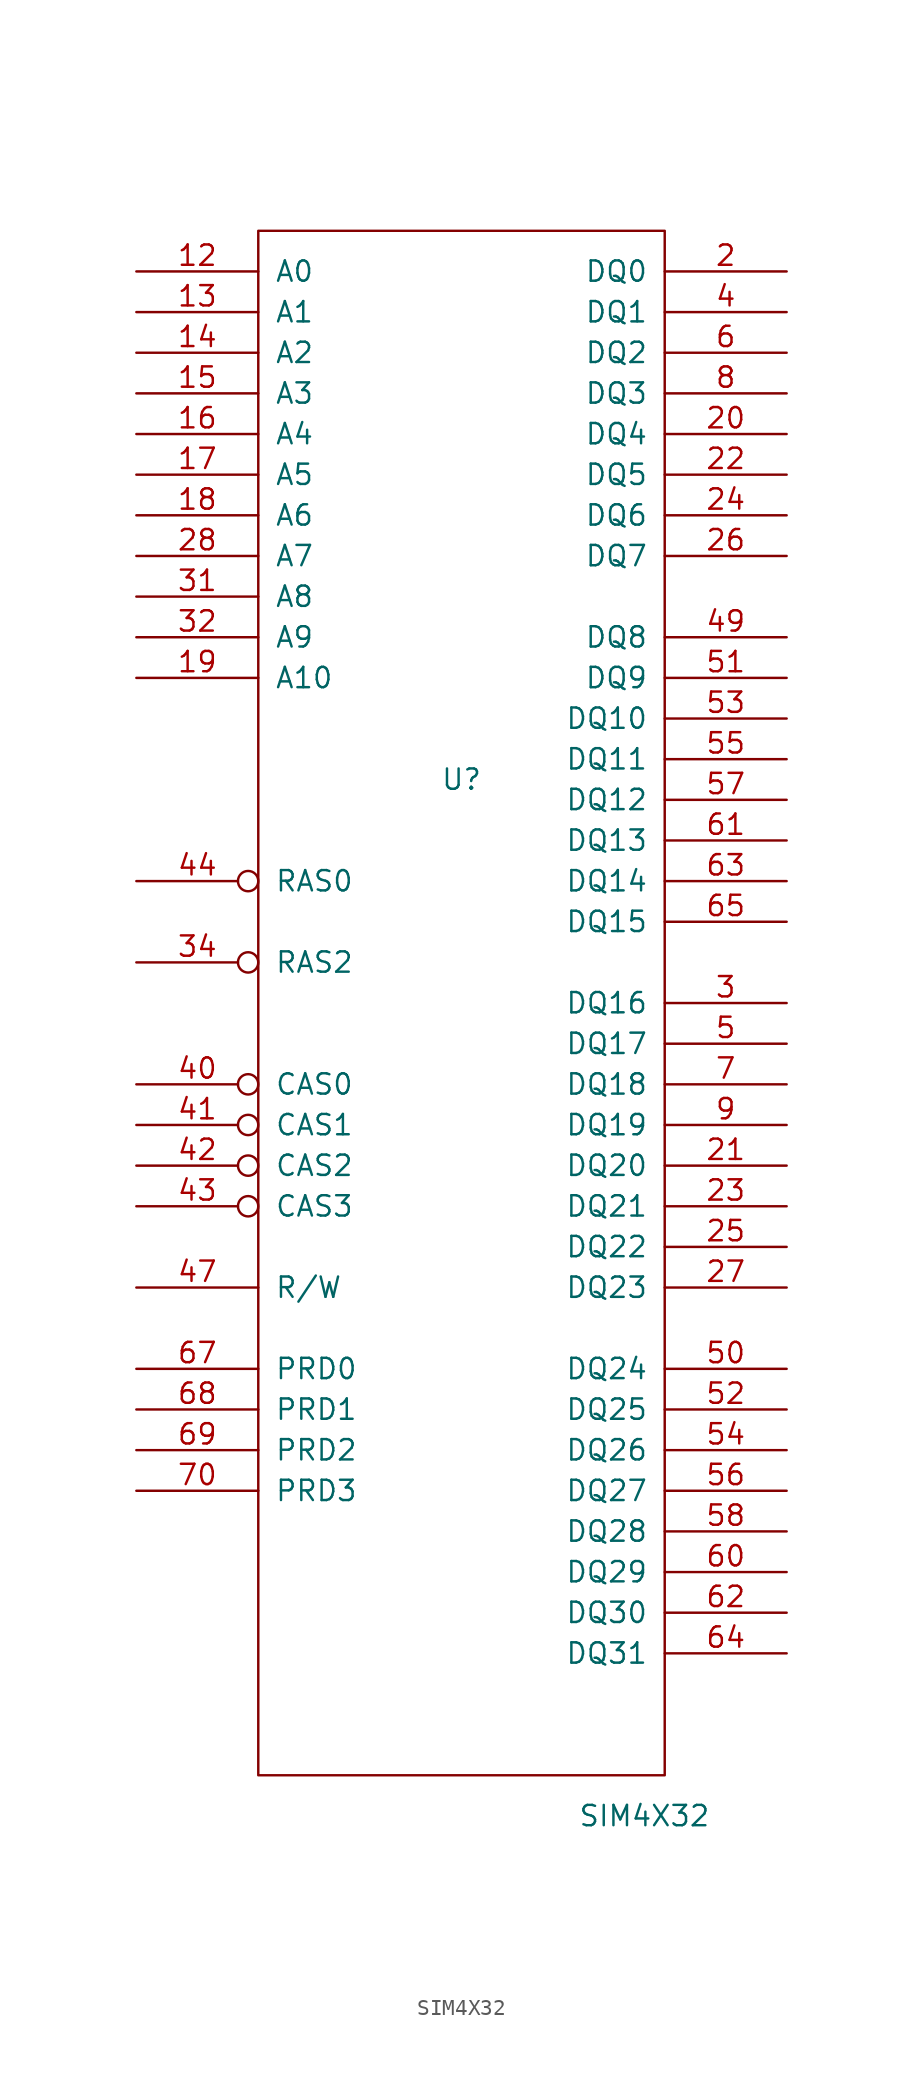
<source format=kicad_sym>
(kicad_symbol_lib
  (version 20231120)
  (generator "kicad_symbol_editor")
  (generator_version "8.0")
  (symbol "SIM4X32"
    (pin_names
      (offset 1.016))
    (property "Reference" "U"
      (at 0 13.97 0)
      (effects (font (size 1.27 1.27))))
    (property "Value" "SIM4X32"
      (at 11.43 -50.8 0)
      (effects (font (size 1.27 1.27))))
    (symbol "SIM4X32_0_1"
      (rectangle (start -12.7 -48.26) (end 12.7 48.26) (stroke (width 0) (type solid)) (fill (type none))))
    (symbol "SIM4X32_1_1"
      (pin power_in line (at -2.54 -48.26 90) (length 0) hide (name "GND" (effects (font (size 1.27 1.27)))) (number "1" (effects (font (size 1.27 1.27)))))
      (pin power_in line (at -2.54 48.26 270) (length 0) hide (name "VCC" (effects (font (size 1.27 1.27)))) (number "10" (effects (font (size 1.27 1.27)))))
      (pin input line (at -20.32 45.72 0) (length 7.62) (name "A0" (effects (font (size 1.27 1.27)))) (number "12" (effects (font (size 1.27 1.27)))))
      (pin input line (at -20.32 43.18 0) (length 7.62) (name "A1" (effects (font (size 1.27 1.27)))) (number "13" (effects (font (size 1.27 1.27)))))
      (pin input line (at -20.32 40.64 0) (length 7.62) (name "A2" (effects (font (size 1.27 1.27)))) (number "14" (effects (font (size 1.27 1.27)))))
      (pin input line (at -20.32 38.1 0) (length 7.62) (name "A3" (effects (font (size 1.27 1.27)))) (number "15" (effects (font (size 1.27 1.27)))))
      (pin input line (at -20.32 35.56 0) (length 7.62) (name "A4" (effects (font (size 1.27 1.27)))) (number "16" (effects (font (size 1.27 1.27)))))
      (pin input line (at -20.32 33.02 0) (length 7.62) (name "A5" (effects (font (size 1.27 1.27)))) (number "17" (effects (font (size 1.27 1.27)))))
      (pin input line (at -20.32 30.48 0) (length 7.62) (name "A6" (effects (font (size 1.27 1.27)))) (number "18" (effects (font (size 1.27 1.27)))))
      (pin input line (at -20.32 20.32 0) (length 7.62) (name "A10" (effects (font (size 1.27 1.27)))) (number "19" (effects (font (size 1.27 1.27)))))
      (pin tri_state line (at 20.32 45.72 180) (length 7.62) (name "DQ0" (effects (font (size 1.27 1.27)))) (number "2" (effects (font (size 1.27 1.27)))))
      (pin tri_state line (at 20.32 35.56 180) (length 7.62) (name "DQ4" (effects (font (size 1.27 1.27)))) (number "20" (effects (font (size 1.27 1.27)))))
      (pin tri_state line (at 20.32 -10.16 180) (length 7.62) (name "DQ20" (effects (font (size 1.27 1.27)))) (number "21" (effects (font (size 1.27 1.27)))))
      (pin tri_state line (at 20.32 33.02 180) (length 7.62) (name "DQ5" (effects (font (size 1.27 1.27)))) (number "22" (effects (font (size 1.27 1.27)))))
      (pin tri_state line (at 20.32 -12.7 180) (length 7.62) (name "DQ21" (effects (font (size 1.27 1.27)))) (number "23" (effects (font (size 1.27 1.27)))))
      (pin tri_state line (at 20.32 30.48 180) (length 7.62) (name "DQ6" (effects (font (size 1.27 1.27)))) (number "24" (effects (font (size 1.27 1.27)))))
      (pin tri_state line (at 20.32 -15.24 180) (length 7.62) (name "DQ22" (effects (font (size 1.27 1.27)))) (number "25" (effects (font (size 1.27 1.27)))))
      (pin tri_state line (at 20.32 27.94 180) (length 7.62) (name "DQ7" (effects (font (size 1.27 1.27)))) (number "26" (effects (font (size 1.27 1.27)))))
      (pin tri_state line (at 20.32 -17.78 180) (length 7.62) (name "DQ23" (effects (font (size 1.27 1.27)))) (number "27" (effects (font (size 1.27 1.27)))))
      (pin input line (at -20.32 27.94 0) (length 7.62) (name "A7" (effects (font (size 1.27 1.27)))) (number "28" (effects (font (size 1.27 1.27)))))
      (pin tri_state line (at 20.32 0 180) (length 7.62) (name "DQ16" (effects (font (size 1.27 1.27)))) (number "3" (effects (font (size 1.27 1.27)))))
      (pin power_in line (at 0 48.26 270) (length 0) hide (name "VCC" (effects (font (size 1.27 1.27)))) (number "30" (effects (font (size 1.27 1.27)))))
      (pin input line (at -20.32 25.4 0) (length 7.62) (name "A8" (effects (font (size 1.27 1.27)))) (number "31" (effects (font (size 1.27 1.27)))))
      (pin input line (at -20.32 22.86 0) (length 7.62) (name "A9" (effects (font (size 1.27 1.27)))) (number "32" (effects (font (size 1.27 1.27)))))
      (pin input inverted (at -20.32 2.54 0) (length 7.62) (name "RAS2" (effects (font (size 1.27 1.27)))) (number "34" (effects (font (size 1.27 1.27)))))
      (pin power_in line (at 0 -49.53 90) (length 0) hide (name "GND" (effects (font (size 1.27 1.27)))) (number "39" (effects (font (size 1.27 1.27)))))
      (pin tri_state line (at 20.32 43.18 180) (length 7.62) (name "DQ1" (effects (font (size 1.27 1.27)))) (number "4" (effects (font (size 1.27 1.27)))))
      (pin input inverted (at -20.32 -5.08 0) (length 7.62) (name "CAS0" (effects (font (size 1.27 1.27)))) (number "40" (effects (font (size 1.27 1.27)))))
      (pin input inverted (at -20.32 -7.62 0) (length 7.62) (name "CAS1" (effects (font (size 1.27 1.27)))) (number "41" (effects (font (size 1.27 1.27)))))
      (pin input inverted (at -20.32 -10.16 0) (length 7.62) (name "CAS2" (effects (font (size 1.27 1.27)))) (number "42" (effects (font (size 1.27 1.27)))))
      (pin input inverted (at -20.32 -12.7 0) (length 7.62) (name "CAS3" (effects (font (size 1.27 1.27)))) (number "43" (effects (font (size 1.27 1.27)))))
      (pin input inverted (at -20.32 7.62 0) (length 7.62) (name "RAS0" (effects (font (size 1.27 1.27)))) (number "44" (effects (font (size 1.27 1.27)))))
      (pin input line (at -20.32 -17.78 0) (length 7.62) (name "R/W" (effects (font (size 1.27 1.27)))) (number "47" (effects (font (size 1.27 1.27)))))
      (pin tri_state line (at 20.32 22.86 180) (length 7.62) (name "DQ8" (effects (font (size 1.27 1.27)))) (number "49" (effects (font (size 1.27 1.27)))))
      (pin tri_state line (at 20.32 -2.54 180) (length 7.62) (name "DQ17" (effects (font (size 1.27 1.27)))) (number "5" (effects (font (size 1.27 1.27)))))
      (pin tri_state line (at 20.32 -22.86 180) (length 7.62) (name "DQ24" (effects (font (size 1.27 1.27)))) (number "50" (effects (font (size 1.27 1.27)))))
      (pin tri_state line (at 20.32 20.32 180) (length 7.62) (name "DQ9" (effects (font (size 1.27 1.27)))) (number "51" (effects (font (size 1.27 1.27)))))
      (pin tri_state line (at 20.32 -25.4 180) (length 7.62) (name "DQ25" (effects (font (size 1.27 1.27)))) (number "52" (effects (font (size 1.27 1.27)))))
      (pin tri_state line (at 20.32 17.78 180) (length 7.62) (name "DQ10" (effects (font (size 1.27 1.27)))) (number "53" (effects (font (size 1.27 1.27)))))
      (pin tri_state line (at 20.32 -27.94 180) (length 7.62) (name "DQ26" (effects (font (size 1.27 1.27)))) (number "54" (effects (font (size 1.27 1.27)))))
      (pin tri_state line (at 20.32 15.24 180) (length 7.62) (name "DQ11" (effects (font (size 1.27 1.27)))) (number "55" (effects (font (size 1.27 1.27)))))
      (pin tri_state line (at 20.32 -30.48 180) (length 7.62) (name "DQ27" (effects (font (size 1.27 1.27)))) (number "56" (effects (font (size 1.27 1.27)))))
      (pin tri_state line (at 20.32 12.7 180) (length 7.62) (name "DQ12" (effects (font (size 1.27 1.27)))) (number "57" (effects (font (size 1.27 1.27)))))
      (pin tri_state line (at 20.32 -33.02 180) (length 7.62) (name "DQ28" (effects (font (size 1.27 1.27)))) (number "58" (effects (font (size 1.27 1.27)))))
      (pin power_in line (at 2.54 48.26 270) (length 0) hide (name "VCC" (effects (font (size 1.27 1.27)))) (number "59" (effects (font (size 1.27 1.27)))))
      (pin tri_state line (at 20.32 40.64 180) (length 7.62) (name "DQ2" (effects (font (size 1.27 1.27)))) (number "6" (effects (font (size 1.27 1.27)))))
      (pin tri_state line (at 20.32 -35.56 180) (length 7.62) (name "DQ29" (effects (font (size 1.27 1.27)))) (number "60" (effects (font (size 1.27 1.27)))))
      (pin tri_state line (at 20.32 10.16 180) (length 7.62) (name "DQ13" (effects (font (size 1.27 1.27)))) (number "61" (effects (font (size 1.27 1.27)))))
      (pin tri_state line (at 20.32 -38.1 180) (length 7.62) (name "DQ30" (effects (font (size 1.27 1.27)))) (number "62" (effects (font (size 1.27 1.27)))))
      (pin tri_state line (at 20.32 7.62 180) (length 7.62) (name "DQ14" (effects (font (size 1.27 1.27)))) (number "63" (effects (font (size 1.27 1.27)))))
      (pin tri_state line (at 20.32 -40.64 180) (length 7.62) (name "DQ31" (effects (font (size 1.27 1.27)))) (number "64" (effects (font (size 1.27 1.27)))))
      (pin tri_state line (at 20.32 5.08 180) (length 7.62) (name "DQ15" (effects (font (size 1.27 1.27)))) (number "65" (effects (font (size 1.27 1.27)))))
      (pin input line (at -20.32 -22.86 0) (length 7.62) (name "PRD0" (effects (font (size 1.27 1.27)))) (number "67" (effects (font (size 1.27 1.27)))))
      (pin input line (at -20.32 -25.4 0) (length 7.62) (name "PRD1" (effects (font (size 1.27 1.27)))) (number "68" (effects (font (size 1.27 1.27)))))
      (pin input line (at -20.32 -27.94 0) (length 7.62) (name "PRD2" (effects (font (size 1.27 1.27)))) (number "69" (effects (font (size 1.27 1.27)))))
      (pin tri_state line (at 20.32 -5.08 180) (length 7.62) (name "DQ18" (effects (font (size 1.27 1.27)))) (number "7" (effects (font (size 1.27 1.27)))))
      (pin input line (at -20.32 -30.48 0) (length 7.62) (name "PRD3" (effects (font (size 1.27 1.27)))) (number "70" (effects (font (size 1.27 1.27)))))
      (pin power_in line (at 2.54 -48.26 90) (length 0) hide (name "GND" (effects (font (size 1.27 1.27)))) (number "72" (effects (font (size 1.27 1.27)))))
      (pin tri_state line (at 20.32 38.1 180) (length 7.62) (name "DQ3" (effects (font (size 1.27 1.27)))) (number "8" (effects (font (size 1.27 1.27)))))
      (pin tri_state line (at 20.32 -7.62 180) (length 7.62) (name "DQ19" (effects (font (size 1.27 1.27)))) (number "9" (effects (font (size 1.27 1.27))))))))
</source>
